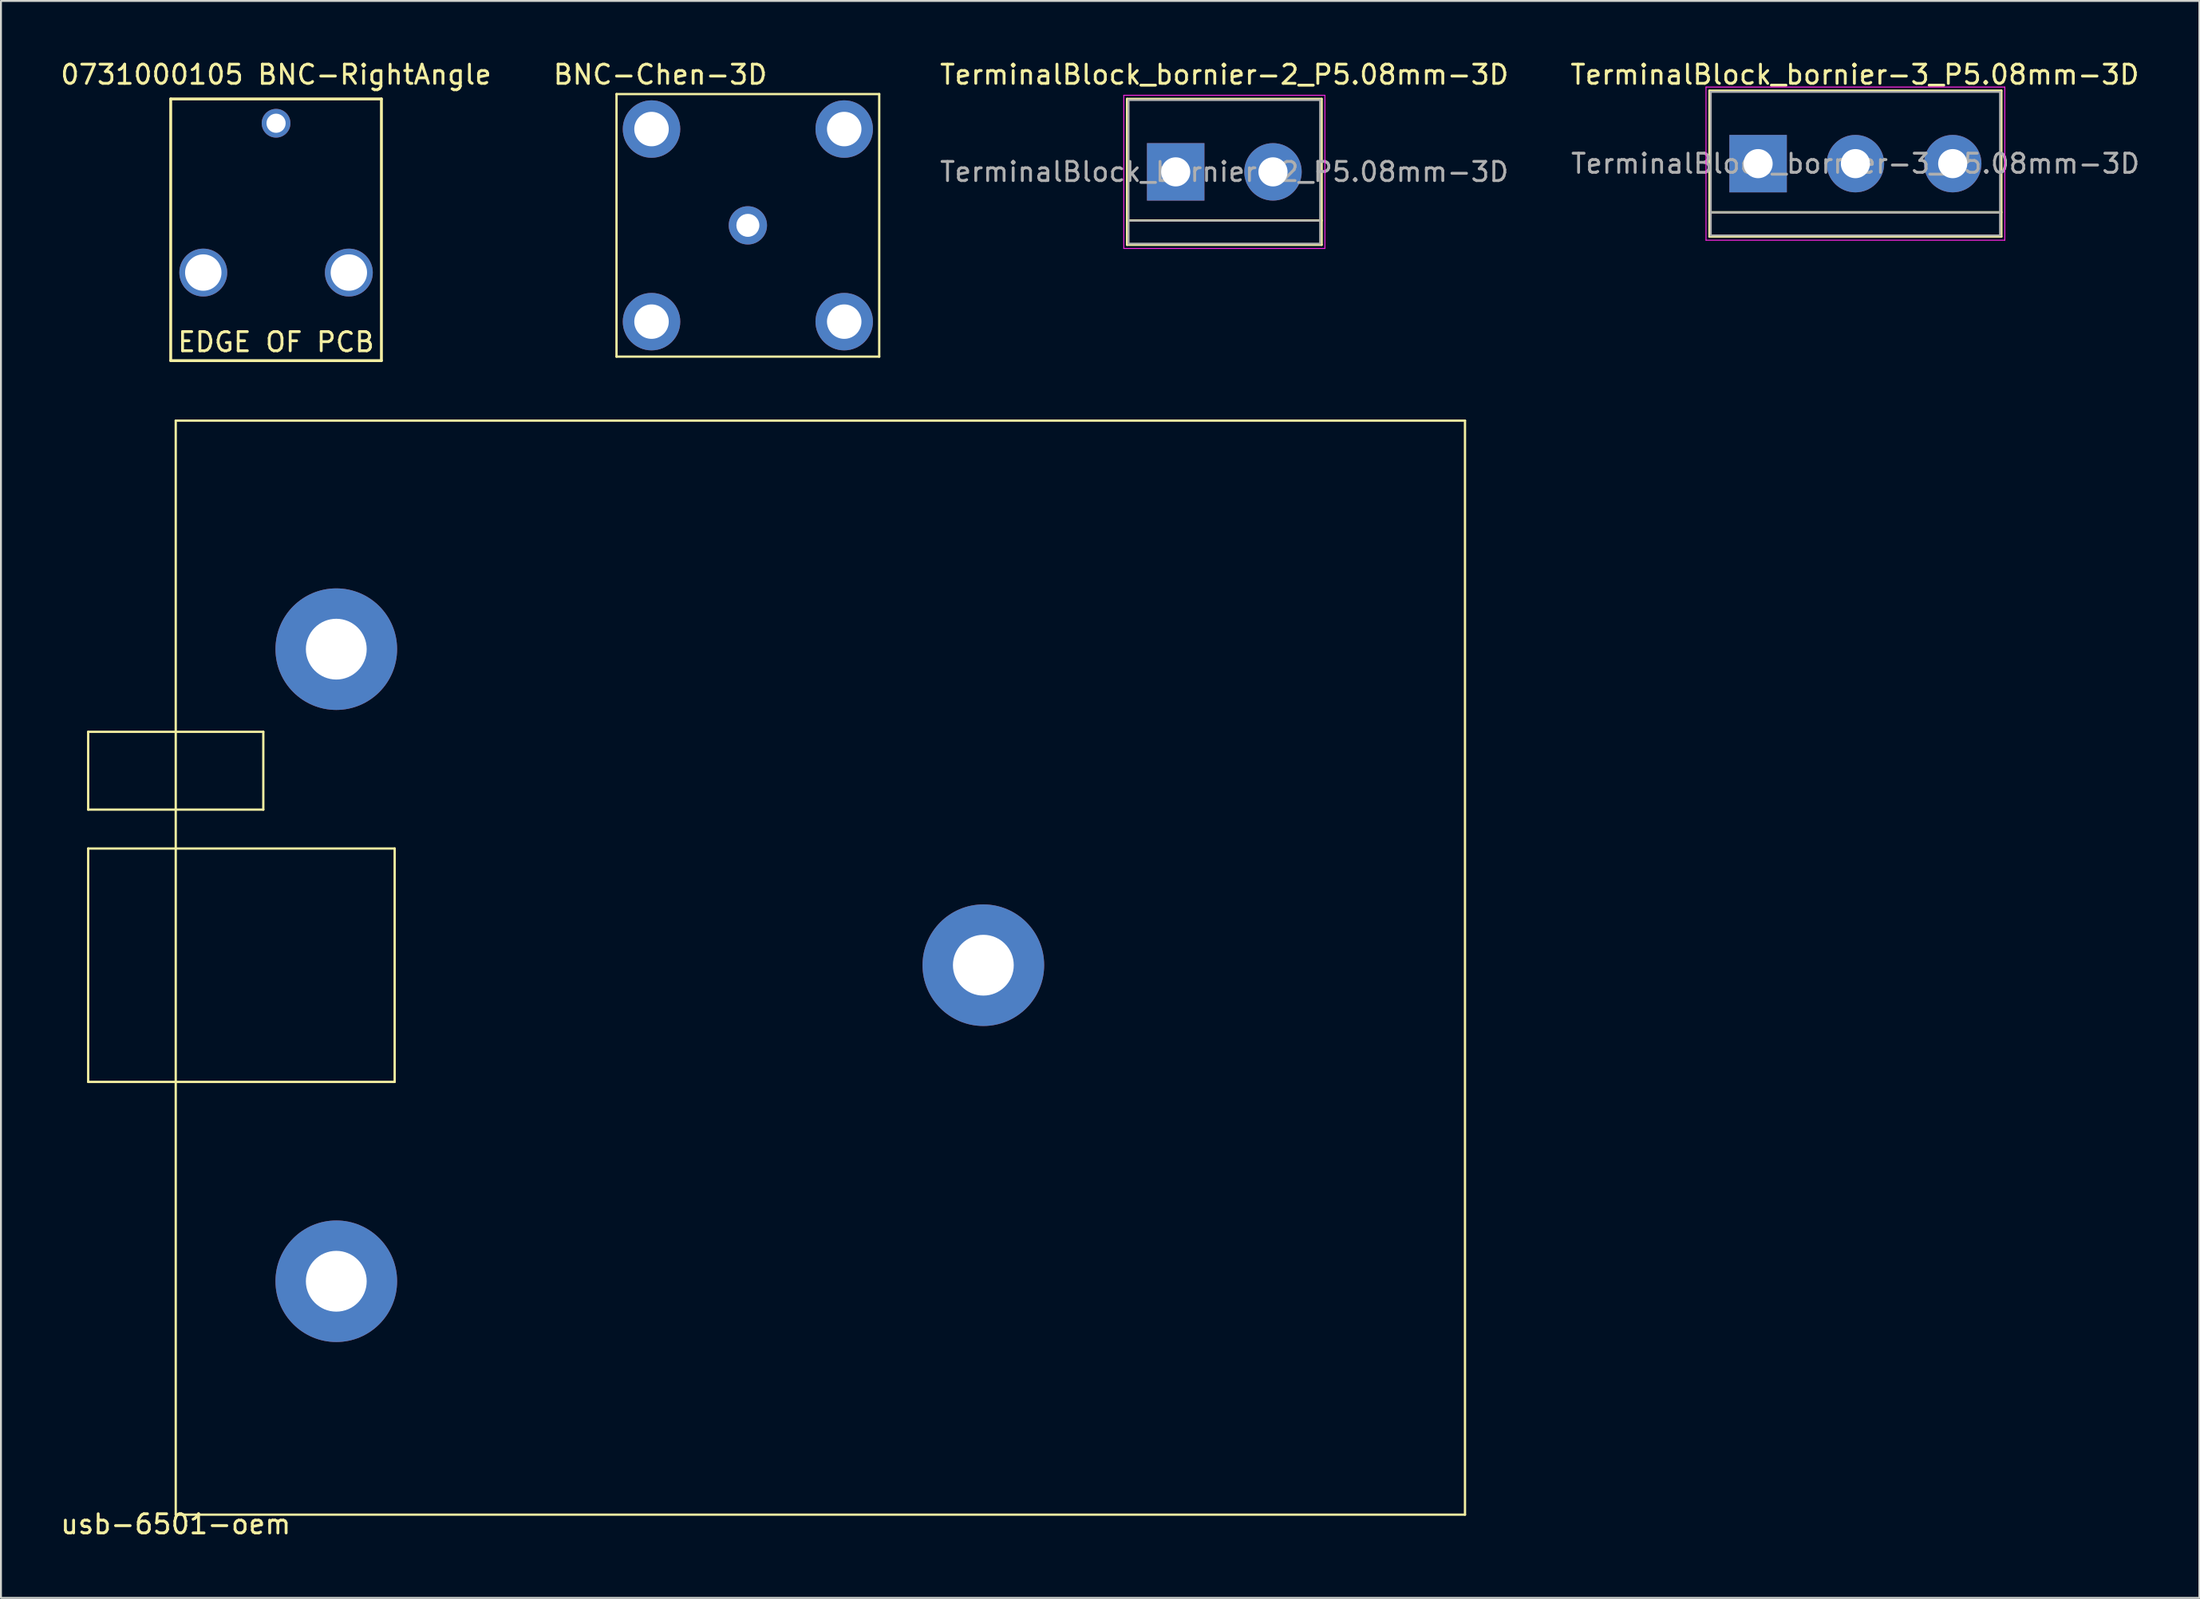
<source format=kicad_pcb>
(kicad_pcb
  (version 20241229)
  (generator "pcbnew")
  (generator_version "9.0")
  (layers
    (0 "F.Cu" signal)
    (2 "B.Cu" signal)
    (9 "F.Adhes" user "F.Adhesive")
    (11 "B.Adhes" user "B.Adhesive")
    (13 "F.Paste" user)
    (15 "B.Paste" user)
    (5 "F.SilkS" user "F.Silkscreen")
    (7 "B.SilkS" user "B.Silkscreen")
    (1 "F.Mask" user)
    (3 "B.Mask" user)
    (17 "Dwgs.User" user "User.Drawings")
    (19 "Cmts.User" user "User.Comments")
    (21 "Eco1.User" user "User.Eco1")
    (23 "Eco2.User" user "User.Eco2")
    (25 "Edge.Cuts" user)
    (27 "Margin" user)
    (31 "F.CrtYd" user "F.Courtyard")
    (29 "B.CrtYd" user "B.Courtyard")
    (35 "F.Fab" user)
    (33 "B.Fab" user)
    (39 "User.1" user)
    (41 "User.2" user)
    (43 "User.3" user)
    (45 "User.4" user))
  (footprint "TerminalBlock_bornier-3_P5.08mm-3D"
    (layer "F.Cu")
    (at 88.738 5.498)
    (property "Reference" "TerminalBlock_bornier-3_P5.08mm-3D" (at 5.05 -4.65 0) (layer "F.SilkS") (effects (font (size 1 1) (thickness 0.15))))
    (attr through_hole)
    (fp_line (start -2.54 -3.81) (end 12.7 -3.81) (stroke (width 0.12) (type solid)) (layer "F.SilkS"))
    (fp_line (start -2.54 2.54) (end 12.7 2.54) (stroke (width 0.12) (type solid)) (layer "F.SilkS"))
    (fp_line (start -2.54 3.81) (end -2.54 -3.81) (stroke (width 0.12) (type solid)) (layer "F.SilkS"))
    (fp_line (start -2.54 3.81) (end 12.7 3.81) (stroke (width 0.12) (type solid)) (layer "F.SilkS"))
    (fp_line (start 12.7 3.81) (end 12.7 -3.81) (stroke (width 0.12) (type solid)) (layer "F.SilkS"))
    (fp_line (start -2.72 -4) (end -2.72 4) (stroke (width 0.05) (type solid)) (layer "F.CrtYd"))
    (fp_line (start -2.72 -4) (end 12.88 -4) (stroke (width 0.05) (type solid)) (layer "F.CrtYd"))
    (fp_line (start 12.88 4) (end -2.72 4) (stroke (width 0.05) (type solid)) (layer "F.CrtYd"))
    (fp_line (start 12.88 4) (end 12.88 -4) (stroke (width 0.05) (type solid)) (layer "F.CrtYd"))
    (fp_line (start -2.47 -3.75) (end 12.63 -3.75) (stroke (width 0.1) (type solid)) (layer "F.Fab"))
    (fp_line (start -2.47 2.55) (end 12.63 2.55) (stroke (width 0.1) (type solid)) (layer "F.Fab"))
    (fp_line (start -2.47 3.75) (end -2.47 -3.75) (stroke (width 0.1) (type solid)) (layer "F.Fab"))
    (fp_line (start 12.63 -3.75) (end 12.63 3.75) (stroke (width 0.1) (type solid)) (layer "F.Fab"))
    (fp_line (start 12.63 3.75) (end -2.47 3.75) (stroke (width 0.1) (type solid)) (layer "F.Fab"))
    (fp_text user "${REFERENCE}" (at 5.08 0 0) (layer "F.Fab") (effects (font (size 1 1) (thickness 0.15))))
    (pad "1" thru_hole rect (at 0 0) (size 3 3) (drill 1.52) (layers "*.Cu" "*.Mask"))
    (pad "2" thru_hole circle (at 5.08 0) (size 3 3) (drill 1.52) (layers "*.Cu" "*.Mask"))
    (pad "3" thru_hole circle (at 10.16 0) (size 3 3) (drill 1.52) (layers "*.Cu" "*.Mask")))
  (footprint "0731000105 BNC-RightAngle"
    (layer "F.Cu")
    (at 11.363 3.388)
    (property "Reference" "0731000105 BNC-RightAngle" (at 0 -2.54 0) (layer "F.SilkS") (effects (font (size 1 1) (thickness 0.15))))
    (attr through_hole)
    (fp_line (start -5.5 -1.27) (end -5.5 12.4) (stroke (width 0.15) (type solid)) (layer "F.SilkS"))
    (fp_line (start -5.5 12.4) (end 5.5 12.4) (stroke (width 0.15) (type solid)) (layer "F.SilkS"))
    (fp_line (start 5.5 -1.27) (end -5.5 -1.27) (stroke (width 0.15) (type solid)) (layer "F.SilkS"))
    (fp_line (start 5.5 12.4) (end 5.5 -1.27) (stroke (width 0.15) (type solid)) (layer "F.SilkS"))
    (fp_text user "EDGE OF PCB" (at 0 11.43 0) (layer "F.SilkS") (effects (font (size 1 1) (thickness 0.15))))
    (pad "1" thru_hole circle (at 0 0) (size 1.5 1.5) (drill 1) (layers "*.Cu" "*.Mask"))
    (pad "2" thru_hole circle (at -3.8 7.8) (size 2.5 2.5) (drill 1.9) (layers "*.Cu" "*.Mask"))
    (pad "2" thru_hole circle (at 3.8 7.8) (size 2.5 2.5) (drill 1.9) (layers "*.Cu" "*.Mask")))
  (footprint "BNC-Chen-3D"
    (layer "F.Cu")
    (at 35.995 8.722)
    (property "Reference" "BNC-Chen-3D" (at -4.572 -7.874 0) (layer "F.SilkS") (effects (font (size 1 1) (thickness 0.15))))
    (attr through_hole)
    (fp_line (start -6.858 -6.858) (end 6.858 -6.858) (stroke (width 0.12) (type solid)) (layer "F.SilkS"))
    (fp_line (start -6.858 6.858) (end -6.858 -6.858) (stroke (width 0.12) (type solid)) (layer "F.SilkS"))
    (fp_line (start 6.858 -6.858) (end 6.858 6.858) (stroke (width 0.12) (type solid)) (layer "F.SilkS"))
    (fp_line (start 6.858 6.858) (end -6.858 6.858) (stroke (width 0.12) (type solid)) (layer "F.SilkS"))
    (pad "1" thru_hole circle (at 0 0) (size 2 2) (drill 1.2) (layers "*.Cu" "*.Mask"))
    (pad "2" thru_hole circle (at -5.03 -5.03) (size 3 3) (drill 1.8) (layers "*.Cu" "*.Mask"))
    (pad "2" thru_hole circle (at -5.03 5.03) (size 3 3) (drill 1.8) (layers "*.Cu" "*.Mask"))
    (pad "2" thru_hole circle (at 5.03 -5.03) (size 3 3) (drill 1.8) (layers "*.Cu" "*.Mask"))
    (pad "2" thru_hole circle (at 5.03 5.03) (size 3 3) (drill 1.8) (layers "*.Cu" "*.Mask")))
  (footprint "usb-6501-oem"
    (layer "F.Cu")
    (at 6.125 76.073)
    (property "Reference" "usb-6501-oem" (at 0 0.5 0) (layer "F.SilkS") (effects (font (size 1 1) (thickness 0.15))))
    (attr through_hole)
    (fp_line (start -4.572 -40.894) (end -4.572 -36.83) (stroke (width 0.12) (type solid)) (layer "F.SilkS"))
    (fp_line (start -4.572 -36.83) (end 4.572 -36.83) (stroke (width 0.12) (type solid)) (layer "F.SilkS"))
    (fp_line (start -4.572 -34.798) (end -4.572 -22.606) (stroke (width 0.12) (type solid)) (layer "F.SilkS"))
    (fp_line (start -4.572 -22.606) (end 11.43 -22.606) (stroke (width 0.12) (type solid)) (layer "F.SilkS"))
    (fp_line (start 0 -57.15) (end 67.31 -57.15) (stroke (width 0.12) (type solid)) (layer "F.SilkS"))
    (fp_line (start 0 0) (end 0 -57.15) (stroke (width 0.12) (type solid)) (layer "F.SilkS"))
    (fp_line (start 4.572 -40.894) (end -4.572 -40.894) (stroke (width 0.12) (type solid)) (layer "F.SilkS"))
    (fp_line (start 4.572 -36.83) (end 4.572 -40.894) (stroke (width 0.12) (type solid)) (layer "F.SilkS"))
    (fp_line (start 11.43 -34.798) (end -4.572 -34.798) (stroke (width 0.12) (type solid)) (layer "F.SilkS"))
    (fp_line (start 11.43 -22.606) (end 11.43 -34.798) (stroke (width 0.12) (type solid)) (layer "F.SilkS"))
    (fp_line (start 67.31 -57.15) (end 67.31 0) (stroke (width 0.12) (type solid)) (layer "F.SilkS"))
    (fp_line (start 67.31 0) (end 0 0) (stroke (width 0.12) (type solid)) (layer "F.SilkS"))
    (pad "1" thru_hole circle (at 8.382 -12.192) (size 6.35 6.35) (drill 3.175) (layers "*.Cu" "*.Mask"))
    (pad "2" thru_hole circle (at 8.382 -45.212) (size 6.35 6.35) (drill 3.175) (layers "*.Cu" "*.Mask"))
    (pad "3" thru_hole circle (at 42.164 -28.702) (size 6.35 6.35) (drill 3.175) (layers "*.Cu" "*.Mask")))
  (footprint "TerminalBlock_bornier-2_P5.08mm-3D"
    (layer "F.Cu")
    (at 58.331 5.928)
    (property "Reference" "TerminalBlock_bornier-2_P5.08mm-3D" (at 2.54 -5.08 0) (layer "F.SilkS") (effects (font (size 1 1) (thickness 0.15))))
    (attr through_hole)
    (fp_line (start -2.54 -3.81) (end -2.54 3.81) (stroke (width 0.12) (type solid)) (layer "F.SilkS"))
    (fp_line (start -2.54 3.81) (end 7.62 3.81) (stroke (width 0.12) (type solid)) (layer "F.SilkS"))
    (fp_line (start 7.62 -3.81) (end -2.54 -3.81) (stroke (width 0.12) (type solid)) (layer "F.SilkS"))
    (fp_line (start 7.62 2.54) (end -2.54 2.54) (stroke (width 0.12) (type solid)) (layer "F.SilkS"))
    (fp_line (start 7.62 3.81) (end 7.62 -3.81) (stroke (width 0.12) (type solid)) (layer "F.SilkS"))
    (fp_line (start -2.71 -4) (end -2.71 4) (stroke (width 0.05) (type solid)) (layer "F.CrtYd"))
    (fp_line (start -2.71 -4) (end 7.79 -4) (stroke (width 0.05) (type solid)) (layer "F.CrtYd"))
    (fp_line (start 7.79 4) (end -2.71 4) (stroke (width 0.05) (type solid)) (layer "F.CrtYd"))
    (fp_line (start 7.79 4) (end 7.79 -4) (stroke (width 0.05) (type solid)) (layer "F.CrtYd"))
    (fp_line (start -2.46 -3.75) (end -2.46 3.75) (stroke (width 0.1) (type solid)) (layer "F.Fab"))
    (fp_line (start -2.46 3.75) (end 7.54 3.75) (stroke (width 0.1) (type solid)) (layer "F.Fab"))
    (fp_line (start -2.41 2.55) (end 7.49 2.55) (stroke (width 0.1) (type solid)) (layer "F.Fab"))
    (fp_line (start 7.54 -3.75) (end -2.46 -3.75) (stroke (width 0.1) (type solid)) (layer "F.Fab"))
    (fp_line (start 7.54 3.75) (end 7.54 -3.75) (stroke (width 0.1) (type solid)) (layer "F.Fab"))
    (fp_text user "${REFERENCE}" (at 2.54 0 0) (layer "F.Fab") (effects (font (size 1 1) (thickness 0.15))))
    (pad "1" thru_hole rect (at 0 0) (size 3 3) (drill 1.52) (layers "*.Cu" "*.Mask"))
    (pad "2" thru_hole circle (at 5.08 0) (size 3 3) (drill 1.52) (layers "*.Cu" "*.Mask")))
  (gr_rect
    (start -3 -3)
    (end 111.776 80.421)
    (stroke (width 0.1) (type default))
    (fill no)
    (layer "Edge.Cuts")))
</source>
